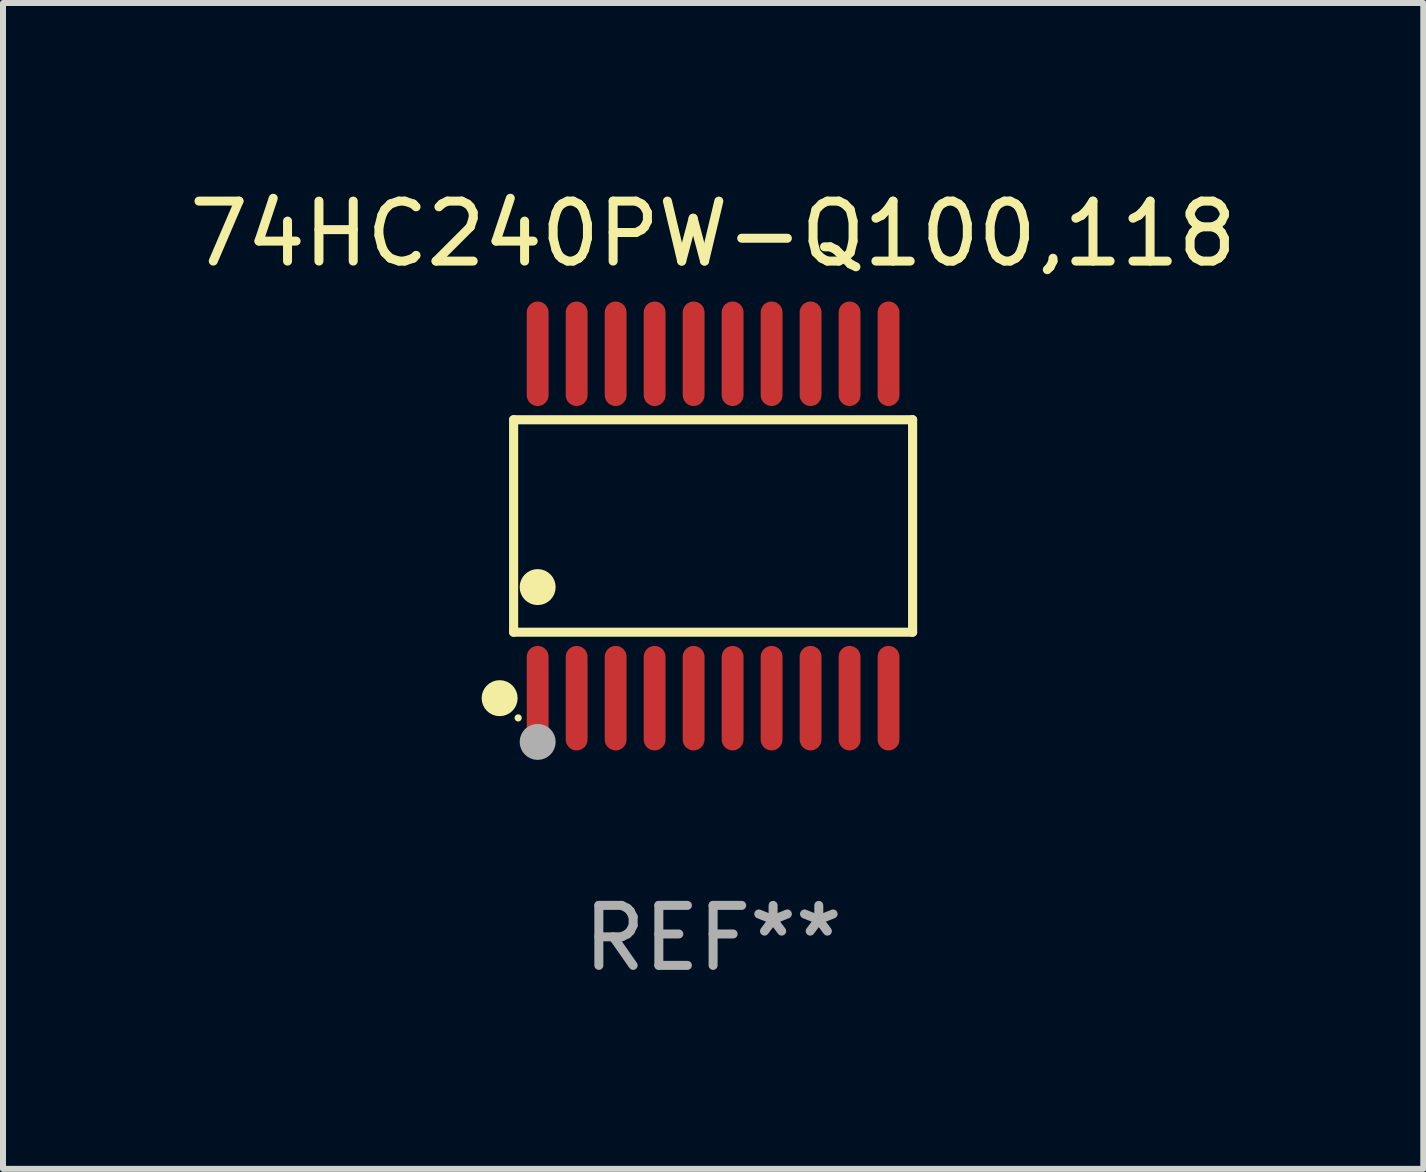
<source format=kicad_pcb>
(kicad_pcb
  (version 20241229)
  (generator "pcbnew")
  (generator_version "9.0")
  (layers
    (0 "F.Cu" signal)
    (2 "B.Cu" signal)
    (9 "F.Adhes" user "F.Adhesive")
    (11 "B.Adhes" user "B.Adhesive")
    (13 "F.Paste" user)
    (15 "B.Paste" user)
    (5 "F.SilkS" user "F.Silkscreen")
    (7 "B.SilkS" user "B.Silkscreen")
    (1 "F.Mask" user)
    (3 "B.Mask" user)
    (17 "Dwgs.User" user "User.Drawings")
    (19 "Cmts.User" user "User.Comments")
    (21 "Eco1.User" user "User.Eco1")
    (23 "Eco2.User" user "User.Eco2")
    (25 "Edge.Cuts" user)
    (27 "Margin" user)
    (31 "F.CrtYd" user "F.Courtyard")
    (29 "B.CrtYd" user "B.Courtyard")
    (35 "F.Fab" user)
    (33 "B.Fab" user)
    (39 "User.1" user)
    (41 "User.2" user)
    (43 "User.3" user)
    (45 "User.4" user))
  (footprint "74HC240PW-Q100,118"
    (layer "F.Cu")
    (at 8.839 5.719)
    (property "Reference" "74HC240PW-Q100,118" (at 0 -4.871 0) (layer "F.SilkS") (effects (font (size 1 1) (thickness 0.15))))
    (attr through_hole)
    (fp_line (start -3.326 -1.771) (end 3.326 -1.771) (stroke (width 0.152) (type solid)) (layer "F.SilkS"))
    (fp_line (start -3.326 1.771) (end -3.326 -1.771) (stroke (width 0.152) (type solid)) (layer "F.SilkS"))
    (fp_line (start 3.326 -1.771) (end 3.326 1.771) (stroke (width 0.152) (type solid)) (layer "F.SilkS"))
    (fp_line (start 3.326 1.771) (end -3.326 1.771) (stroke (width 0.152) (type solid)) (layer "F.SilkS"))
    (fp_circle (center -3.559 2.871) (end -3.409 2.871) (stroke (width 0.3) (type solid)) (fill no) (layer "F.SilkS"))
    (fp_circle (center -3.25 3.2) (end -3.22 3.2) (stroke (width 0.06) (type solid)) (fill no) (layer "F.SilkS"))
    (fp_circle (center -2.925 1.019) (end -2.775 1.019) (stroke (width 0.3) (type solid)) (fill no) (layer "F.SilkS"))
    (fp_circle (center -2.925 3.6) (end -2.775 3.6) (stroke (width 0.3) (type solid)) (fill no) (layer "F.Fab"))
    (fp_text user "REF**" (at 0 6.871 0) (layer "F.Fab") (effects (font (size 1 1) (thickness 0.15))))
    (pad "1" smd oval (at -2.925 2.871) (size 0.364 1.742) (layers "F.Cu" "F.Mask" "F.Paste"))
    (pad "2" smd oval (at -2.275 2.871) (size 0.364 1.742) (layers "F.Cu" "F.Mask" "F.Paste"))
    (pad "3" smd oval (at -1.625 2.871) (size 0.364 1.742) (layers "F.Cu" "F.Mask" "F.Paste"))
    (pad "4" smd oval (at -0.975 2.871) (size 0.364 1.742) (layers "F.Cu" "F.Mask" "F.Paste"))
    (pad "5" smd oval (at -0.325 2.871) (size 0.364 1.742) (layers "F.Cu" "F.Mask" "F.Paste"))
    (pad "6" smd oval (at 0.325 2.871) (size 0.364 1.742) (layers "F.Cu" "F.Mask" "F.Paste"))
    (pad "7" smd oval (at 0.975 2.871) (size 0.364 1.742) (layers "F.Cu" "F.Mask" "F.Paste"))
    (pad "8" smd oval (at 1.625 2.871) (size 0.364 1.742) (layers "F.Cu" "F.Mask" "F.Paste"))
    (pad "9" smd oval (at 2.275 2.871) (size 0.364 1.742) (layers "F.Cu" "F.Mask" "F.Paste"))
    (pad "10" smd oval (at 2.925 2.871) (size 0.364 1.742) (layers "F.Cu" "F.Mask" "F.Paste"))
    (pad "11" smd oval (at 2.925 -2.871) (size 0.364 1.742) (layers "F.Cu" "F.Mask" "F.Paste"))
    (pad "12" smd oval (at 2.275 -2.871) (size 0.364 1.742) (layers "F.Cu" "F.Mask" "F.Paste"))
    (pad "13" smd oval (at 1.625 -2.871) (size 0.364 1.742) (layers "F.Cu" "F.Mask" "F.Paste"))
    (pad "14" smd oval (at 0.975 -2.871) (size 0.364 1.742) (layers "F.Cu" "F.Mask" "F.Paste"))
    (pad "15" smd oval (at 0.325 -2.871) (size 0.364 1.742) (layers "F.Cu" "F.Mask" "F.Paste"))
    (pad "16" smd oval (at -0.325 -2.871) (size 0.364 1.742) (layers "F.Cu" "F.Mask" "F.Paste"))
    (pad "17" smd oval (at -0.975 -2.871) (size 0.364 1.742) (layers "F.Cu" "F.Mask" "F.Paste"))
    (pad "18" smd oval (at -1.625 -2.871) (size 0.364 1.742) (layers "F.Cu" "F.Mask" "F.Paste"))
    (pad "19" smd oval (at -2.275 -2.871) (size 0.364 1.742) (layers "F.Cu" "F.Mask" "F.Paste"))
    (pad "20" smd oval (at -2.925 -2.871) (size 0.364 1.742) (layers "F.Cu" "F.Mask" "F.Paste")))
  (gr_rect
    (start -3 -3)
    (end 20.679 16.438)
    (stroke (width 0.1) (type default))
    (fill no)
    (layer "Edge.Cuts")))
</source>
